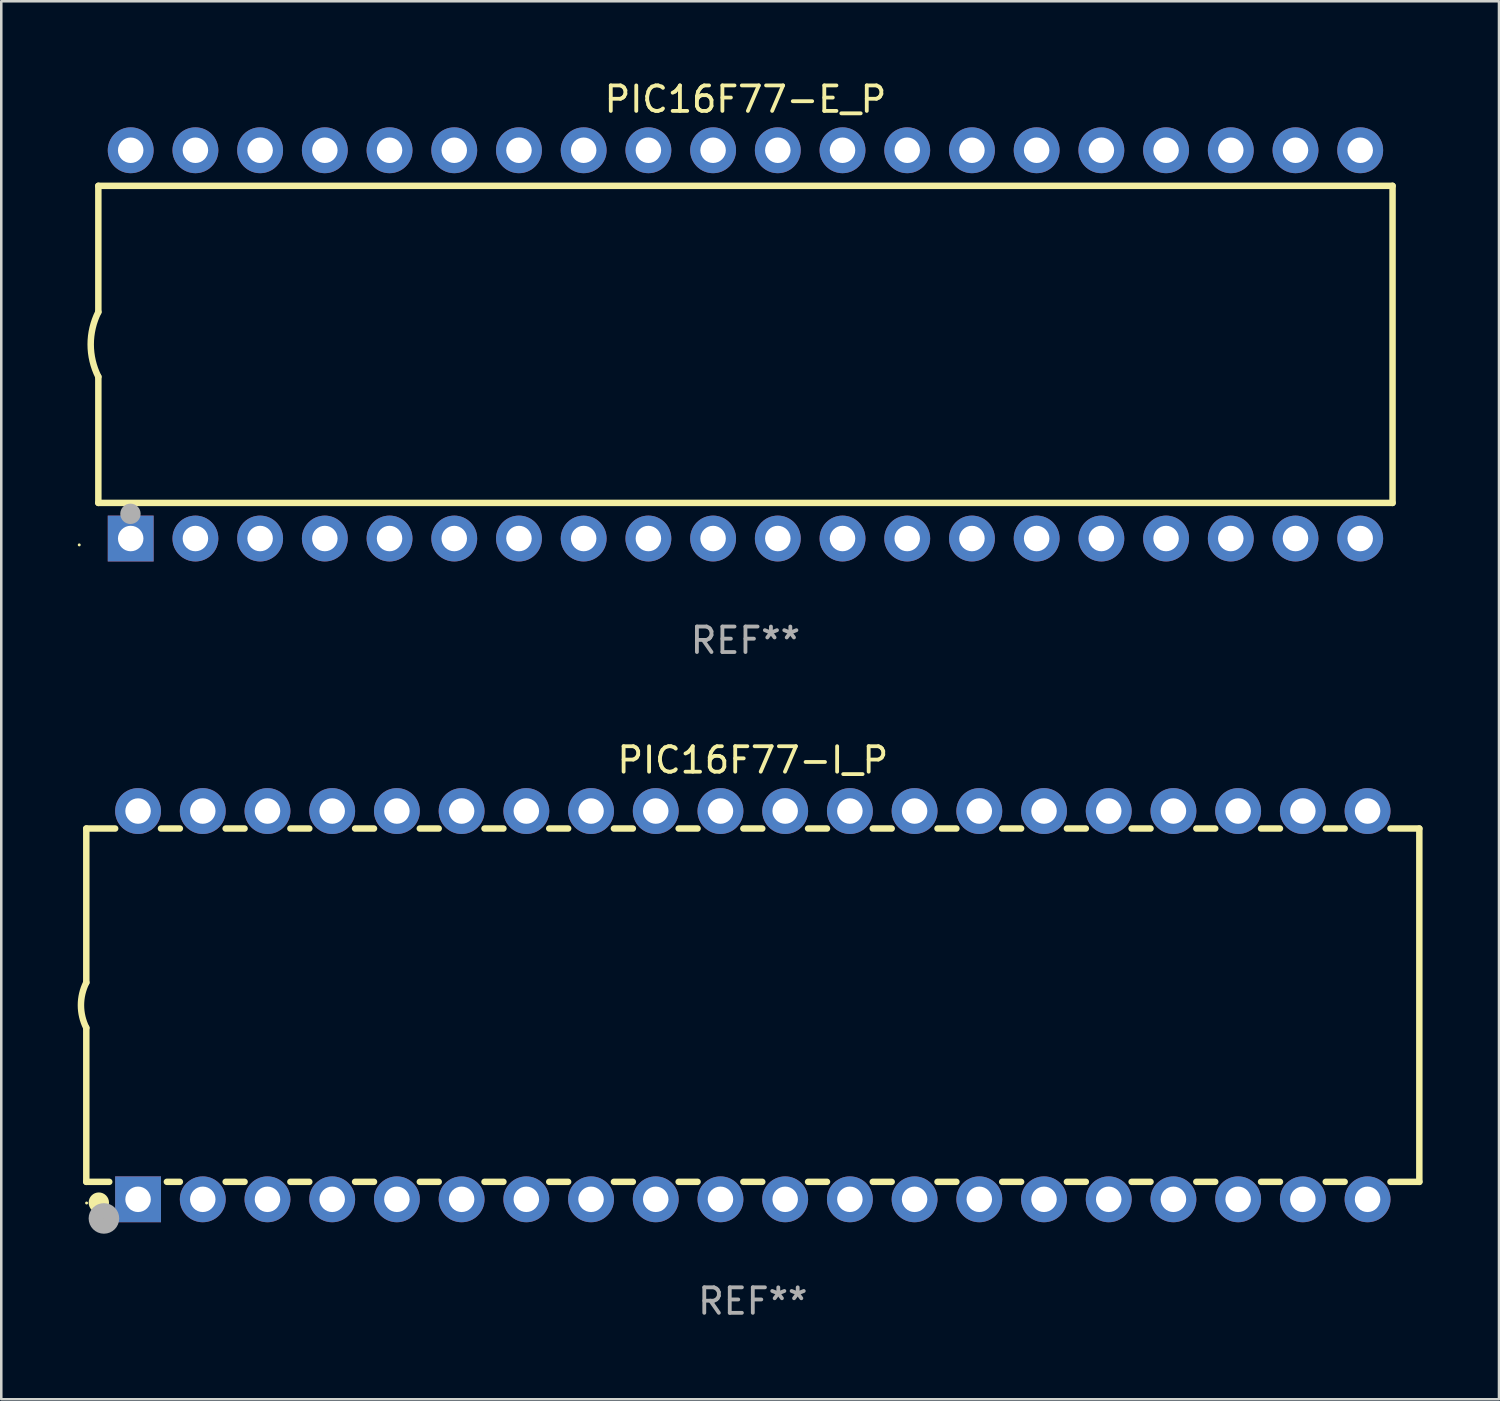
<source format=kicad_pcb>
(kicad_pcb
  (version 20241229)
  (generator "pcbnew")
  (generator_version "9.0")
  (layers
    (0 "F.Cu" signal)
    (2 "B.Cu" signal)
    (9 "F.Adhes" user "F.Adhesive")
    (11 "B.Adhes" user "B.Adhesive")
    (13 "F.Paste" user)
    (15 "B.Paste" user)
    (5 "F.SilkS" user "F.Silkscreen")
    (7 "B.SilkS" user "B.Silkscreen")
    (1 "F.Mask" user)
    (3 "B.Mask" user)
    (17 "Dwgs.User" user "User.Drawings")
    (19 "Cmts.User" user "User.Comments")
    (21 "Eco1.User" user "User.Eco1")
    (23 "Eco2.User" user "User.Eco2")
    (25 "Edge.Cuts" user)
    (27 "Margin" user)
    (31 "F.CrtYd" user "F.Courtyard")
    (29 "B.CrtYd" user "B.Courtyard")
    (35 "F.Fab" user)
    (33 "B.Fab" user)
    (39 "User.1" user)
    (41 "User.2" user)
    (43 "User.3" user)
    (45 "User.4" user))
  (footprint "PIC16F77-I_P"
    (layer "F.Cu")
    (at 26.499 36.405)
    (property "Reference" "PIC16F77-I_P" (at 0 -9.62 0) (layer "F.SilkS") (effects (font (size 1 1) (thickness 0.15))))
    (attr through_hole)
    (fp_line (start -26.162 -6.934) (end -26.162 -0.889) (stroke (width 0.254) (type solid)) (layer "F.SilkS"))
    (fp_line (start -26.162 -6.934) (end -25.029 -6.934) (stroke (width 0.254) (type solid)) (layer "F.SilkS"))
    (fp_line (start -26.162 6.934) (end -26.162 0.889) (stroke (width 0.254) (type solid)) (layer "F.SilkS"))
    (fp_line (start -26.162 6.934) (end -25.261 6.934) (stroke (width 0.254) (type solid)) (layer "F.SilkS"))
    (fp_line (start -23.231 -6.934) (end -22.489 -6.934) (stroke (width 0.254) (type solid)) (layer "F.SilkS"))
    (fp_line (start -22.999 6.934) (end -22.489 6.934) (stroke (width 0.254) (type solid)) (layer "F.SilkS"))
    (fp_line (start -20.691 -6.934) (end -19.949 -6.934) (stroke (width 0.254) (type solid)) (layer "F.SilkS"))
    (fp_line (start -20.691 6.934) (end -19.949 6.934) (stroke (width 0.254) (type solid)) (layer "F.SilkS"))
    (fp_line (start -18.151 -6.934) (end -17.409 -6.934) (stroke (width 0.254) (type solid)) (layer "F.SilkS"))
    (fp_line (start -18.151 6.934) (end -17.409 6.934) (stroke (width 0.254) (type solid)) (layer "F.SilkS"))
    (fp_line (start -15.611 -6.934) (end -14.869 -6.934) (stroke (width 0.254) (type solid)) (layer "F.SilkS"))
    (fp_line (start -15.611 6.934) (end -14.869 6.934) (stroke (width 0.254) (type solid)) (layer "F.SilkS"))
    (fp_line (start -13.071 -6.934) (end -12.329 -6.934) (stroke (width 0.254) (type solid)) (layer "F.SilkS"))
    (fp_line (start -13.071 6.934) (end -12.329 6.934) (stroke (width 0.254) (type solid)) (layer "F.SilkS"))
    (fp_line (start -10.531 -6.934) (end -9.789 -6.934) (stroke (width 0.254) (type solid)) (layer "F.SilkS"))
    (fp_line (start -10.531 6.934) (end -9.789 6.934) (stroke (width 0.254) (type solid)) (layer "F.SilkS"))
    (fp_line (start -7.991 -6.934) (end -7.249 -6.934) (stroke (width 0.254) (type solid)) (layer "F.SilkS"))
    (fp_line (start -7.991 6.934) (end -7.249 6.934) (stroke (width 0.254) (type solid)) (layer "F.SilkS"))
    (fp_line (start -5.451 -6.934) (end -4.709 -6.934) (stroke (width 0.254) (type solid)) (layer "F.SilkS"))
    (fp_line (start -5.451 6.934) (end -4.709 6.934) (stroke (width 0.254) (type solid)) (layer "F.SilkS"))
    (fp_line (start -2.911 -6.934) (end -2.169 -6.934) (stroke (width 0.254) (type solid)) (layer "F.SilkS"))
    (fp_line (start -2.911 6.934) (end -2.169 6.934) (stroke (width 0.254) (type solid)) (layer "F.SilkS"))
    (fp_line (start -0.371 -6.934) (end 0.371 -6.934) (stroke (width 0.254) (type solid)) (layer "F.SilkS"))
    (fp_line (start -0.371 6.934) (end 0.371 6.934) (stroke (width 0.254) (type solid)) (layer "F.SilkS"))
    (fp_line (start 2.169 -6.934) (end 2.911 -6.934) (stroke (width 0.254) (type solid)) (layer "F.SilkS"))
    (fp_line (start 2.169 6.934) (end 2.911 6.934) (stroke (width 0.254) (type solid)) (layer "F.SilkS"))
    (fp_line (start 4.709 -6.934) (end 5.451 -6.934) (stroke (width 0.254) (type solid)) (layer "F.SilkS"))
    (fp_line (start 4.709 6.934) (end 5.451 6.934) (stroke (width 0.254) (type solid)) (layer "F.SilkS"))
    (fp_line (start 7.249 -6.934) (end 7.991 -6.934) (stroke (width 0.254) (type solid)) (layer "F.SilkS"))
    (fp_line (start 7.249 6.934) (end 7.991 6.934) (stroke (width 0.254) (type solid)) (layer "F.SilkS"))
    (fp_line (start 9.789 -6.934) (end 10.531 -6.934) (stroke (width 0.254) (type solid)) (layer "F.SilkS"))
    (fp_line (start 9.789 6.934) (end 10.531 6.934) (stroke (width 0.254) (type solid)) (layer "F.SilkS"))
    (fp_line (start 12.329 -6.934) (end 13.071 -6.934) (stroke (width 0.254) (type solid)) (layer "F.SilkS"))
    (fp_line (start 12.329 6.934) (end 13.071 6.934) (stroke (width 0.254) (type solid)) (layer "F.SilkS"))
    (fp_line (start 14.869 -6.934) (end 15.611 -6.934) (stroke (width 0.254) (type solid)) (layer "F.SilkS"))
    (fp_line (start 14.869 6.934) (end 15.611 6.934) (stroke (width 0.254) (type solid)) (layer "F.SilkS"))
    (fp_line (start 17.409 -6.934) (end 18.151 -6.934) (stroke (width 0.254) (type solid)) (layer "F.SilkS"))
    (fp_line (start 17.409 6.934) (end 18.151 6.934) (stroke (width 0.254) (type solid)) (layer "F.SilkS"))
    (fp_line (start 19.949 -6.934) (end 20.691 -6.934) (stroke (width 0.254) (type solid)) (layer "F.SilkS"))
    (fp_line (start 19.949 6.934) (end 20.691 6.934) (stroke (width 0.254) (type solid)) (layer "F.SilkS"))
    (fp_line (start 22.489 -6.934) (end 23.231 -6.934) (stroke (width 0.254) (type solid)) (layer "F.SilkS"))
    (fp_line (start 22.489 6.934) (end 23.231 6.934) (stroke (width 0.254) (type solid)) (layer "F.SilkS"))
    (fp_line (start 25.029 -6.934) (end 26.162 -6.934) (stroke (width 0.254) (type solid)) (layer "F.SilkS"))
    (fp_line (start 25.029 6.934) (end 26.162 6.934) (stroke (width 0.254) (type solid)) (layer "F.SilkS"))
    (fp_line (start 26.162 -6.934) (end 26.162 6.934) (stroke (width 0.254) (type solid)) (layer "F.SilkS"))
    (fp_arc (start -26.162052 0.889001) (mid -26.371917 0) (end -26.162052 -0.889002) (stroke (width 0.254001) (type solid)) (layer "F.SilkS"))
    (fp_circle (center -26.15 7.765) (end -26.12 7.765) (stroke (width 0.06) (type solid)) (fill no) (layer "F.SilkS"))
    (fp_circle (center -25.67 7.75) (end -25.47 7.75) (stroke (width 0.4) (type solid)) (fill no) (layer "F.SilkS"))
    (fp_circle (center -25.47 8.37) (end -25.17 8.37) (stroke (width 0.6) (type solid)) (fill no) (layer "F.Fab"))
    (fp_text user "REF**" (at 0 11.62 0) (layer "F.Fab") (effects (font (size 1 1) (thickness 0.15))))
    (pad "1" thru_hole rect (at -24.13 7.62) (size 1.8 1.8) (drill 1) (layers "*.Cu" "*.Mask"))
    (pad "2" thru_hole circle (at -21.59 7.62) (size 1.8 1.8) (drill 1) (layers "*.Cu" "*.Mask"))
    (pad "3" thru_hole circle (at -19.05 7.62) (size 1.8 1.8) (drill 1) (layers "*.Cu" "*.Mask"))
    (pad "4" thru_hole circle (at -16.51 7.62) (size 1.8 1.8) (drill 1) (layers "*.Cu" "*.Mask"))
    (pad "5" thru_hole circle (at -13.97 7.62) (size 1.8 1.8) (drill 1) (layers "*.Cu" "*.Mask"))
    (pad "6" thru_hole circle (at -11.43 7.62) (size 1.8 1.8) (drill 1) (layers "*.Cu" "*.Mask"))
    (pad "7" thru_hole circle (at -8.89 7.62) (size 1.8 1.8) (drill 1) (layers "*.Cu" "*.Mask"))
    (pad "8" thru_hole circle (at -6.35 7.62) (size 1.8 1.8) (drill 1) (layers "*.Cu" "*.Mask"))
    (pad "9" thru_hole circle (at -3.81 7.62) (size 1.8 1.8) (drill 1) (layers "*.Cu" "*.Mask"))
    (pad "10" thru_hole circle (at -1.27 7.62) (size 1.8 1.8) (drill 1) (layers "*.Cu" "*.Mask"))
    (pad "11" thru_hole circle (at 1.27 7.62) (size 1.8 1.8) (drill 1) (layers "*.Cu" "*.Mask"))
    (pad "12" thru_hole circle (at 3.81 7.62) (size 1.8 1.8) (drill 1) (layers "*.Cu" "*.Mask"))
    (pad "13" thru_hole circle (at 6.35 7.62) (size 1.8 1.8) (drill 1) (layers "*.Cu" "*.Mask"))
    (pad "14" thru_hole circle (at 8.89 7.62) (size 1.8 1.8) (drill 1) (layers "*.Cu" "*.Mask"))
    (pad "15" thru_hole circle (at 11.43 7.62) (size 1.8 1.8) (drill 1) (layers "*.Cu" "*.Mask"))
    (pad "16" thru_hole circle (at 13.97 7.62) (size 1.8 1.8) (drill 1) (layers "*.Cu" "*.Mask"))
    (pad "17" thru_hole circle (at 16.51 7.62) (size 1.8 1.8) (drill 1) (layers "*.Cu" "*.Mask"))
    (pad "18" thru_hole circle (at 19.05 7.62) (size 1.8 1.8) (drill 1) (layers "*.Cu" "*.Mask"))
    (pad "19" thru_hole circle (at 21.59 7.62) (size 1.8 1.8) (drill 1) (layers "*.Cu" "*.Mask"))
    (pad "20" thru_hole circle (at 24.13 7.62) (size 1.8 1.8) (drill 1) (layers "*.Cu" "*.Mask"))
    (pad "21" thru_hole circle (at 24.13 -7.62) (size 1.8 1.8) (drill 1) (layers "*.Cu" "*.Mask"))
    (pad "22" thru_hole circle (at 21.59 -7.62) (size 1.8 1.8) (drill 1) (layers "*.Cu" "*.Mask"))
    (pad "23" thru_hole circle (at 19.05 -7.62) (size 1.8 1.8) (drill 1) (layers "*.Cu" "*.Mask"))
    (pad "24" thru_hole circle (at 16.51 -7.62) (size 1.8 1.8) (drill 1) (layers "*.Cu" "*.Mask"))
    (pad "25" thru_hole circle (at 13.97 -7.62) (size 1.8 1.8) (drill 1) (layers "*.Cu" "*.Mask"))
    (pad "26" thru_hole circle (at 11.43 -7.62) (size 1.8 1.8) (drill 1) (layers "*.Cu" "*.Mask"))
    (pad "27" thru_hole circle (at 8.89 -7.62) (size 1.8 1.8) (drill 1) (layers "*.Cu" "*.Mask"))
    (pad "28" thru_hole circle (at 6.35 -7.62) (size 1.8 1.8) (drill 1) (layers "*.Cu" "*.Mask"))
    (pad "29" thru_hole circle (at 3.81 -7.62) (size 1.8 1.8) (drill 1) (layers "*.Cu" "*.Mask"))
    (pad "30" thru_hole circle (at 1.27 -7.62) (size 1.8 1.8) (drill 1) (layers "*.Cu" "*.Mask"))
    (pad "31" thru_hole circle (at -1.27 -7.62) (size 1.8 1.8) (drill 1) (layers "*.Cu" "*.Mask"))
    (pad "32" thru_hole circle (at -3.81 -7.62) (size 1.8 1.8) (drill 1) (layers "*.Cu" "*.Mask"))
    (pad "33" thru_hole circle (at -6.35 -7.62) (size 1.8 1.8) (drill 1) (layers "*.Cu" "*.Mask"))
    (pad "34" thru_hole circle (at -8.89 -7.62) (size 1.8 1.8) (drill 1) (layers "*.Cu" "*.Mask"))
    (pad "35" thru_hole circle (at -11.43 -7.62) (size 1.8 1.8) (drill 1) (layers "*.Cu" "*.Mask"))
    (pad "36" thru_hole circle (at -13.97 -7.62) (size 1.8 1.8) (drill 1) (layers "*.Cu" "*.Mask"))
    (pad "37" thru_hole circle (at -16.51 -7.62) (size 1.8 1.8) (drill 1) (layers "*.Cu" "*.Mask"))
    (pad "38" thru_hole circle (at -19.05 -7.62) (size 1.8 1.8) (drill 1) (layers "*.Cu" "*.Mask"))
    (pad "39" thru_hole circle (at -21.59 -7.62) (size 1.8 1.8) (drill 1) (layers "*.Cu" "*.Mask"))
    (pad "40" thru_hole circle (at -24.13 -7.62) (size 1.8 1.8) (drill 1) (layers "*.Cu" "*.Mask")))
  (footprint "PIC16F77-E_P"
    (layer "F.Cu")
    (at 26.21 10.468)
    (property "Reference" "PIC16F77-E_P" (at 0 -9.62 0) (layer "F.SilkS") (effects (font (size 1 1) (thickness 0.15))))
    (attr through_hole)
    (fp_line (start -25.4 -6.224) (end -25.4 -1.271) (stroke (width 0.254) (type solid)) (layer "F.SilkS"))
    (fp_line (start -25.4 -6.224) (end 25.4 -6.224) (stroke (width 0.254) (type solid)) (layer "F.SilkS"))
    (fp_line (start -25.4 1.269) (end -25.4 6.222) (stroke (width 0.254) (type solid)) (layer "F.SilkS"))
    (fp_line (start -25.4 6.222) (end 25.4 6.222) (stroke (width 0.254) (type solid)) (layer "F.SilkS"))
    (fp_line (start 25.4 6.222) (end 25.4 -6.224) (stroke (width 0.254) (type solid)) (layer "F.SilkS"))
    (fp_arc (start -25.4 1.269241) (mid -25.699807 -0.000762) (end -25.4 -1.270765) (stroke (width 0.254001) (type solid)) (layer "F.SilkS"))
    (fp_circle (center -26.15 7.87) (end -26.12 7.87) (stroke (width 0.06) (type solid)) (fill no) (layer "F.SilkS"))
    (fp_circle (center -24.14 6.65) (end -23.94 6.65) (stroke (width 0.4) (type solid)) (fill no) (layer "F.Fab"))
    (fp_text user "REF**" (at 0 11.62 0) (layer "F.Fab") (effects (font (size 1 1) (thickness 0.15))))
    (pad "1" thru_hole rect (at -24.13 7.62 90) (size 1.8 1.8) (drill 1) (layers "*.Cu" "*.Mask"))
    (pad "2" thru_hole circle (at -21.59 7.62) (size 1.8 1.8) (drill 1) (layers "*.Cu" "*.Mask"))
    (pad "3" thru_hole circle (at -19.05 7.62) (size 1.8 1.8) (drill 1) (layers "*.Cu" "*.Mask"))
    (pad "4" thru_hole circle (at -16.51 7.62) (size 1.8 1.8) (drill 1) (layers "*.Cu" "*.Mask"))
    (pad "5" thru_hole circle (at -13.97 7.62) (size 1.8 1.8) (drill 1) (layers "*.Cu" "*.Mask"))
    (pad "6" thru_hole circle (at -11.43 7.62) (size 1.8 1.8) (drill 1) (layers "*.Cu" "*.Mask"))
    (pad "7" thru_hole circle (at -8.89 7.62) (size 1.8 1.8) (drill 1) (layers "*.Cu" "*.Mask"))
    (pad "8" thru_hole circle (at -6.35 7.62) (size 1.8 1.8) (drill 1) (layers "*.Cu" "*.Mask"))
    (pad "9" thru_hole circle (at -3.81 7.62) (size 1.8 1.8) (drill 1) (layers "*.Cu" "*.Mask"))
    (pad "10" thru_hole circle (at -1.27 7.62) (size 1.8 1.8) (drill 1) (layers "*.Cu" "*.Mask"))
    (pad "11" thru_hole circle (at 1.27 7.62) (size 1.8 1.8) (drill 1) (layers "*.Cu" "*.Mask"))
    (pad "12" thru_hole circle (at 3.81 7.62) (size 1.8 1.8) (drill 1) (layers "*.Cu" "*.Mask"))
    (pad "13" thru_hole circle (at 6.35 7.62) (size 1.8 1.8) (drill 1) (layers "*.Cu" "*.Mask"))
    (pad "14" thru_hole circle (at 8.89 7.62) (size 1.8 1.8) (drill 1) (layers "*.Cu" "*.Mask"))
    (pad "15" thru_hole circle (at 11.43 7.62) (size 1.8 1.8) (drill 1) (layers "*.Cu" "*.Mask"))
    (pad "16" thru_hole circle (at 13.97 7.62) (size 1.8 1.8) (drill 1) (layers "*.Cu" "*.Mask"))
    (pad "17" thru_hole circle (at 16.51 7.62) (size 1.8 1.8) (drill 1) (layers "*.Cu" "*.Mask"))
    (pad "18" thru_hole circle (at 19.05 7.62) (size 1.8 1.8) (drill 1) (layers "*.Cu" "*.Mask"))
    (pad "19" thru_hole circle (at 21.59 7.62) (size 1.8 1.8) (drill 1) (layers "*.Cu" "*.Mask"))
    (pad "20" thru_hole circle (at 24.13 7.62) (size 1.8 1.8) (drill 1) (layers "*.Cu" "*.Mask"))
    (pad "21" thru_hole circle (at 24.13 -7.62) (size 1.8 1.8) (drill 1) (layers "*.Cu" "*.Mask"))
    (pad "22" thru_hole circle (at 21.59 -7.62) (size 1.8 1.8) (drill 1) (layers "*.Cu" "*.Mask"))
    (pad "23" thru_hole circle (at 19.05 -7.62) (size 1.8 1.8) (drill 1) (layers "*.Cu" "*.Mask"))
    (pad "24" thru_hole circle (at 16.51 -7.62) (size 1.8 1.8) (drill 1) (layers "*.Cu" "*.Mask"))
    (pad "25" thru_hole circle (at 13.97 -7.62) (size 1.8 1.8) (drill 1) (layers "*.Cu" "*.Mask"))
    (pad "26" thru_hole circle (at 11.43 -7.62) (size 1.8 1.8) (drill 1) (layers "*.Cu" "*.Mask"))
    (pad "27" thru_hole circle (at 8.89 -7.62) (size 1.8 1.8) (drill 1) (layers "*.Cu" "*.Mask"))
    (pad "28" thru_hole circle (at 6.35 -7.62) (size 1.8 1.8) (drill 1) (layers "*.Cu" "*.Mask"))
    (pad "29" thru_hole circle (at 3.81 -7.62) (size 1.8 1.8) (drill 1) (layers "*.Cu" "*.Mask"))
    (pad "30" thru_hole circle (at 1.27 -7.62) (size 1.8 1.8) (drill 1) (layers "*.Cu" "*.Mask"))
    (pad "31" thru_hole circle (at -1.27 -7.62) (size 1.8 1.8) (drill 1) (layers "*.Cu" "*.Mask"))
    (pad "32" thru_hole circle (at -3.81 -7.62) (size 1.8 1.8) (drill 1) (layers "*.Cu" "*.Mask"))
    (pad "33" thru_hole circle (at -6.35 -7.62) (size 1.8 1.8) (drill 1) (layers "*.Cu" "*.Mask"))
    (pad "34" thru_hole circle (at -8.89 -7.62) (size 1.8 1.8) (drill 1) (layers "*.Cu" "*.Mask"))
    (pad "35" thru_hole circle (at -11.43 -7.62) (size 1.8 1.8) (drill 1) (layers "*.Cu" "*.Mask"))
    (pad "36" thru_hole circle (at -13.97 -7.62) (size 1.8 1.8) (drill 1) (layers "*.Cu" "*.Mask"))
    (pad "37" thru_hole circle (at -16.51 -7.62) (size 1.8 1.8) (drill 1) (layers "*.Cu" "*.Mask"))
    (pad "38" thru_hole circle (at -19.05 -7.62) (size 1.8 1.8) (drill 1) (layers "*.Cu" "*.Mask"))
    (pad "39" thru_hole circle (at -21.59 -7.62) (size 1.8 1.8) (drill 1) (layers "*.Cu" "*.Mask"))
    (pad "40" thru_hole circle (at -24.13 -7.62) (size 1.8 1.8) (drill 1) (layers "*.Cu" "*.Mask")))
  (gr_rect
    (start -3 -3)
    (end 55.788 51.873)
    (stroke (width 0.1) (type default))
    (fill no)
    (layer "Edge.Cuts")))
</source>
